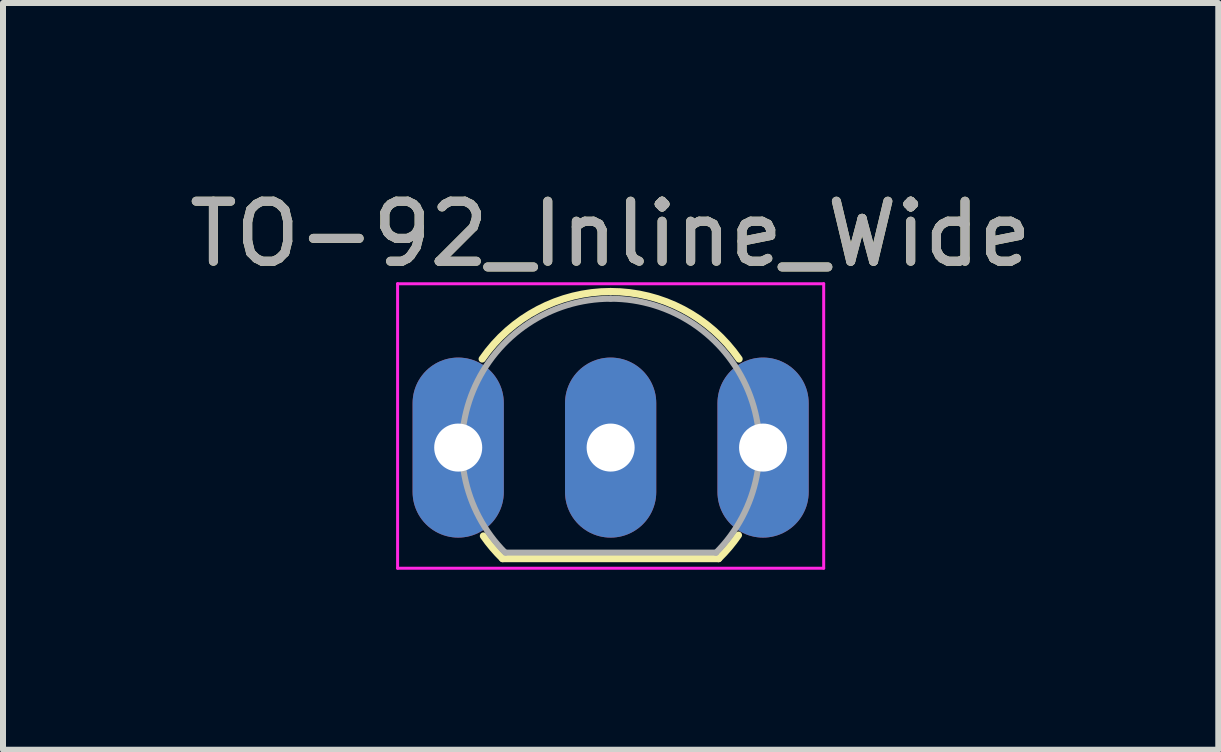
<source format=kicad_pcb>
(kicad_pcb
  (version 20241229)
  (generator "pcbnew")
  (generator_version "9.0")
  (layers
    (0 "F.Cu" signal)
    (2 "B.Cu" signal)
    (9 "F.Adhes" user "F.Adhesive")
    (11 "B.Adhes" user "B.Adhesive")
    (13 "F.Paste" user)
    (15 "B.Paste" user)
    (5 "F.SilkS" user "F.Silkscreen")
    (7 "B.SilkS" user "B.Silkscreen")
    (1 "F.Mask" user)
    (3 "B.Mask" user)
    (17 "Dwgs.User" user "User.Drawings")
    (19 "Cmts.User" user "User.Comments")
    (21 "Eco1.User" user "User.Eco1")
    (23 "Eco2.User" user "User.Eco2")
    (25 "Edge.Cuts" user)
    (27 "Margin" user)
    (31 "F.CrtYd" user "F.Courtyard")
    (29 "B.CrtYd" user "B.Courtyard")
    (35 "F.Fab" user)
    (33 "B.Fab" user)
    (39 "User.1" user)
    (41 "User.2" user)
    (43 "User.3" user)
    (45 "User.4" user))
  (footprint "TO-92_Inline_Wide"
    (layer "F.Cu")
    (at 4.585 4.408)
    (property "Reference" "TO-92_Inline_Wide" (at 2.54 -3.56 180) (layer "F.SilkS") (effects (font (size 1 1) (thickness 0.15))))
    (attr through_hole)
    (fp_line (start 0.74 1.85) (end 4.34 1.85) (stroke (width 0.12) (type solid)) (layer "F.SilkS"))
    (fp_arc (start 0.399807 -1.476337) (mid 1.331381 -2.302007) (end 2.54 -2.6) (stroke (width 0.12) (type solid)) (layer "F.SilkS"))
    (fp_arc (start 0.74 1.85) (mid 0.571091 1.6691) (end 0.420284 1.472855) (stroke (width 0.12) (type solid)) (layer "F.SilkS"))
    (fp_arc (start 2.54 -2.6) (mid 3.74862 -2.302007) (end 4.680193 -1.476337) (stroke (width 0.12) (type solid)) (layer "F.SilkS"))
    (fp_arc (start 4.669301 1.458965) (mid 4.514355 1.662655) (end 4.34 1.85) (stroke (width 0.12) (type solid)) (layer "F.SilkS"))
    (fp_line (start -1.01 -2.73) (end -1.01 2.01) (stroke (width 0.05) (type solid)) (layer "F.CrtYd"))
    (fp_line (start -1.01 -2.73) (end 6.09 -2.73) (stroke (width 0.05) (type solid)) (layer "F.CrtYd"))
    (fp_line (start 6.09 2.01) (end -1.01 2.01) (stroke (width 0.05) (type solid)) (layer "F.CrtYd"))
    (fp_line (start 6.09 2.01) (end 6.09 -2.73) (stroke (width 0.05) (type solid)) (layer "F.CrtYd"))
    (fp_line (start 0.8 1.75) (end 4.3 1.75) (stroke (width 0.1) (type solid)) (layer "F.Fab"))
    (fp_arc (start 0.786375 1.753625) (mid 0.248779 -0.949055) (end 2.54 -2.48) (stroke (width 0.1) (type solid)) (layer "F.Fab"))
    (fp_arc (start 2.54 -2.48) (mid 4.831221 -0.949055) (end 4.293625 1.753625) (stroke (width 0.1) (type solid)) (layer "F.Fab"))
    (fp_text user "${REFERENCE}" (at 2.54 -3.56 180) (layer "F.Fab") (effects (font (size 1 1) (thickness 0.15))))
    (pad "1" thru_hole oval (at 0 0 90) (size 3 1.52) (drill 0.8) (layers "*.Cu" "*.Mask"))
    (pad "2" thru_hole oval (at 2.54 0 90) (size 3 1.52) (drill 0.8) (layers "*.Cu" "*.Mask"))
    (pad "3" thru_hole oval (at 5.08 0 90) (size 3 1.52) (drill 0.8) (layers "*.Cu" "*.Mask")))
  (gr_rect
    (start -3 -3)
    (end 17.25 9.443)
    (stroke (width 0.1) (type default))
    (fill no)
    (layer "Edge.Cuts")))
</source>
